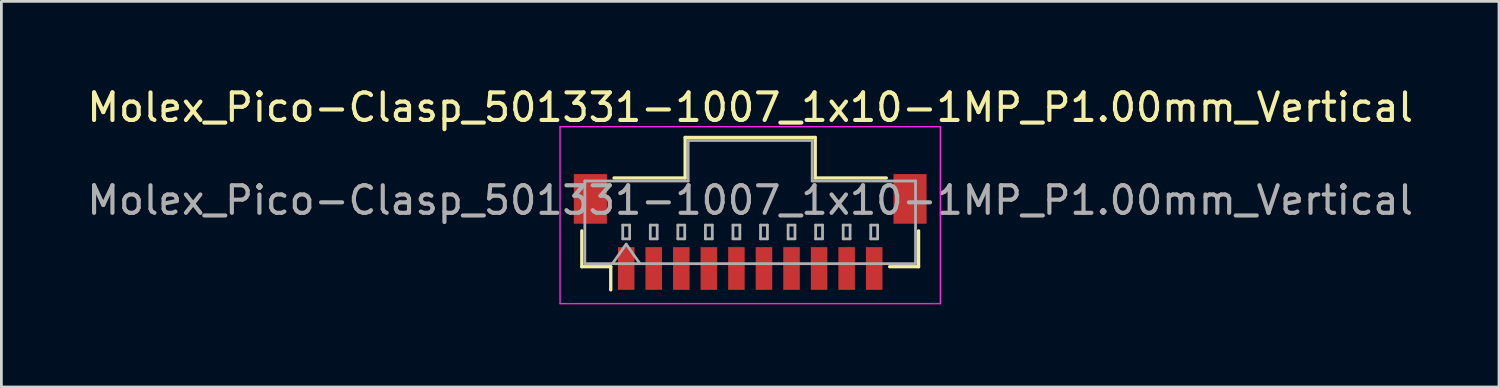
<source format=kicad_pcb>
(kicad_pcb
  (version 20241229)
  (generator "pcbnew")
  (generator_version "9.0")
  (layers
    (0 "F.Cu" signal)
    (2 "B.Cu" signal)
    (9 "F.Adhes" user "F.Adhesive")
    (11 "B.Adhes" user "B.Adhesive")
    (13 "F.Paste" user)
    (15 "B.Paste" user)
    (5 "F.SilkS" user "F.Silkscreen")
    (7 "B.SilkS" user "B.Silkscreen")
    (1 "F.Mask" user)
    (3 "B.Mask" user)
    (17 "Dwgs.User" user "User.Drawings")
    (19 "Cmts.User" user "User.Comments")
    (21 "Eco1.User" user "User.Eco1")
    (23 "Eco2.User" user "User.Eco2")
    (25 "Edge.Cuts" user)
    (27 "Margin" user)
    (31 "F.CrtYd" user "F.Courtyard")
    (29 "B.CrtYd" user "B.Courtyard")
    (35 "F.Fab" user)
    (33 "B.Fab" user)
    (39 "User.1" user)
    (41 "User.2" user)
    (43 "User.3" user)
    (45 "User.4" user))
  (footprint "Molex_Pico-Clasp_501331-1007_1x10-1MP_P1.00mm_Vertical"
    (layer "F.Cu")
    (at 24.173 5.368)
    (property "Reference" "Molex_Pico-Clasp_501331-1007_1x10-1MP_P1.00mm_Vertical" (at 0 -4.52 0) (layer "F.SilkS") (effects (font (size 1 1) (thickness 0.15))))
    (attr smd)
    (fp_line (start -6.11 -0.04) (end -6.11 1.26) (stroke (width 0.12) (type solid)) (layer "F.SilkS"))
    (fp_line (start -6.11 1.26) (end -5.06 1.26) (stroke (width 0.12) (type solid)) (layer "F.SilkS"))
    (fp_line (start -5.06 1.26) (end -5.06 2.1) (stroke (width 0.12) (type solid)) (layer "F.SilkS"))
    (fp_line (start -4.94 -1.96) (end -2.36 -1.96) (stroke (width 0.12) (type solid)) (layer "F.SilkS"))
    (fp_line (start -2.36 -3.43) (end 2.36 -3.43) (stroke (width 0.12) (type solid)) (layer "F.SilkS"))
    (fp_line (start -2.36 -1.96) (end -2.36 -3.43) (stroke (width 0.12) (type solid)) (layer "F.SilkS"))
    (fp_line (start 2.36 -3.43) (end 2.36 -1.96) (stroke (width 0.12) (type solid)) (layer "F.SilkS"))
    (fp_line (start 2.36 -1.96) (end 4.94 -1.96) (stroke (width 0.12) (type solid)) (layer "F.SilkS"))
    (fp_line (start 6.11 -0.04) (end 6.11 1.26) (stroke (width 0.12) (type solid)) (layer "F.SilkS"))
    (fp_line (start 6.11 1.26) (end 5.06 1.26) (stroke (width 0.12) (type solid)) (layer "F.SilkS"))
    (fp_line (start -6.9 -3.82) (end -6.9 2.6) (stroke (width 0.05) (type solid)) (layer "F.CrtYd"))
    (fp_line (start -6.9 2.6) (end 6.9 2.6) (stroke (width 0.05) (type solid)) (layer "F.CrtYd"))
    (fp_line (start 6.9 -3.82) (end -6.9 -3.82) (stroke (width 0.05) (type solid)) (layer "F.CrtYd"))
    (fp_line (start 6.9 2.6) (end 6.9 -3.82) (stroke (width 0.05) (type solid)) (layer "F.CrtYd"))
    (fp_line (start -6 -1.85) (end -2.25 -1.85) (stroke (width 0.1) (type solid)) (layer "F.Fab"))
    (fp_line (start -6 1.15) (end -6 -1.85) (stroke (width 0.1) (type solid)) (layer "F.Fab"))
    (fp_line (start -6 1.15) (end 6 1.15) (stroke (width 0.1) (type solid)) (layer "F.Fab"))
    (fp_line (start -5 1.15) (end -4.5 0.443) (stroke (width 0.1) (type solid)) (layer "F.Fab"))
    (fp_line (start -4.625 -0.25) (end -4.625 0.25) (stroke (width 0.1) (type solid)) (layer "F.Fab"))
    (fp_line (start -4.625 0.25) (end -4.375 0.25) (stroke (width 0.1) (type solid)) (layer "F.Fab"))
    (fp_line (start -4.5 0.443) (end -4 1.15) (stroke (width 0.1) (type solid)) (layer "F.Fab"))
    (fp_line (start -4.375 -0.25) (end -4.625 -0.25) (stroke (width 0.1) (type solid)) (layer "F.Fab"))
    (fp_line (start -4.375 0.25) (end -4.375 -0.25) (stroke (width 0.1) (type solid)) (layer "F.Fab"))
    (fp_line (start -3.625 -0.25) (end -3.625 0.25) (stroke (width 0.1) (type solid)) (layer "F.Fab"))
    (fp_line (start -3.625 0.25) (end -3.375 0.25) (stroke (width 0.1) (type solid)) (layer "F.Fab"))
    (fp_line (start -3.375 -0.25) (end -3.625 -0.25) (stroke (width 0.1) (type solid)) (layer "F.Fab"))
    (fp_line (start -3.375 0.25) (end -3.375 -0.25) (stroke (width 0.1) (type solid)) (layer "F.Fab"))
    (fp_line (start -2.625 -0.25) (end -2.625 0.25) (stroke (width 0.1) (type solid)) (layer "F.Fab"))
    (fp_line (start -2.625 0.25) (end -2.375 0.25) (stroke (width 0.1) (type solid)) (layer "F.Fab"))
    (fp_line (start -2.375 -0.25) (end -2.625 -0.25) (stroke (width 0.1) (type solid)) (layer "F.Fab"))
    (fp_line (start -2.375 0.25) (end -2.375 -0.25) (stroke (width 0.1) (type solid)) (layer "F.Fab"))
    (fp_line (start -2.25 -3.32) (end 2.25 -3.32) (stroke (width 0.1) (type solid)) (layer "F.Fab"))
    (fp_line (start -2.25 -1.85) (end -2.25 -3.32) (stroke (width 0.1) (type solid)) (layer "F.Fab"))
    (fp_line (start -1.625 -0.25) (end -1.625 0.25) (stroke (width 0.1) (type solid)) (layer "F.Fab"))
    (fp_line (start -1.625 0.25) (end -1.375 0.25) (stroke (width 0.1) (type solid)) (layer "F.Fab"))
    (fp_line (start -1.375 -0.25) (end -1.625 -0.25) (stroke (width 0.1) (type solid)) (layer "F.Fab"))
    (fp_line (start -1.375 0.25) (end -1.375 -0.25) (stroke (width 0.1) (type solid)) (layer "F.Fab"))
    (fp_line (start -0.625 -0.25) (end -0.625 0.25) (stroke (width 0.1) (type solid)) (layer "F.Fab"))
    (fp_line (start -0.625 0.25) (end -0.375 0.25) (stroke (width 0.1) (type solid)) (layer "F.Fab"))
    (fp_line (start -0.375 -0.25) (end -0.625 -0.25) (stroke (width 0.1) (type solid)) (layer "F.Fab"))
    (fp_line (start -0.375 0.25) (end -0.375 -0.25) (stroke (width 0.1) (type solid)) (layer "F.Fab"))
    (fp_line (start 0.375 -0.25) (end 0.375 0.25) (stroke (width 0.1) (type solid)) (layer "F.Fab"))
    (fp_line (start 0.375 0.25) (end 0.625 0.25) (stroke (width 0.1) (type solid)) (layer "F.Fab"))
    (fp_line (start 0.625 -0.25) (end 0.375 -0.25) (stroke (width 0.1) (type solid)) (layer "F.Fab"))
    (fp_line (start 0.625 0.25) (end 0.625 -0.25) (stroke (width 0.1) (type solid)) (layer "F.Fab"))
    (fp_line (start 1.375 -0.25) (end 1.375 0.25) (stroke (width 0.1) (type solid)) (layer "F.Fab"))
    (fp_line (start 1.375 0.25) (end 1.625 0.25) (stroke (width 0.1) (type solid)) (layer "F.Fab"))
    (fp_line (start 1.625 -0.25) (end 1.375 -0.25) (stroke (width 0.1) (type solid)) (layer "F.Fab"))
    (fp_line (start 1.625 0.25) (end 1.625 -0.25) (stroke (width 0.1) (type solid)) (layer "F.Fab"))
    (fp_line (start 2.25 -3.32) (end 2.25 -1.85) (stroke (width 0.1) (type solid)) (layer "F.Fab"))
    (fp_line (start 2.25 -1.85) (end 6 -1.85) (stroke (width 0.1) (type solid)) (layer "F.Fab"))
    (fp_line (start 2.375 -0.25) (end 2.375 0.25) (stroke (width 0.1) (type solid)) (layer "F.Fab"))
    (fp_line (start 2.375 0.25) (end 2.625 0.25) (stroke (width 0.1) (type solid)) (layer "F.Fab"))
    (fp_line (start 2.625 -0.25) (end 2.375 -0.25) (stroke (width 0.1) (type solid)) (layer "F.Fab"))
    (fp_line (start 2.625 0.25) (end 2.625 -0.25) (stroke (width 0.1) (type solid)) (layer "F.Fab"))
    (fp_line (start 3.375 -0.25) (end 3.375 0.25) (stroke (width 0.1) (type solid)) (layer "F.Fab"))
    (fp_line (start 3.375 0.25) (end 3.625 0.25) (stroke (width 0.1) (type solid)) (layer "F.Fab"))
    (fp_line (start 3.625 -0.25) (end 3.375 -0.25) (stroke (width 0.1) (type solid)) (layer "F.Fab"))
    (fp_line (start 3.625 0.25) (end 3.625 -0.25) (stroke (width 0.1) (type solid)) (layer "F.Fab"))
    (fp_line (start 4.375 -0.25) (end 4.375 0.25) (stroke (width 0.1) (type solid)) (layer "F.Fab"))
    (fp_line (start 4.375 0.25) (end 4.625 0.25) (stroke (width 0.1) (type solid)) (layer "F.Fab"))
    (fp_line (start 4.625 -0.25) (end 4.375 -0.25) (stroke (width 0.1) (type solid)) (layer "F.Fab"))
    (fp_line (start 4.625 0.25) (end 4.625 -0.25) (stroke (width 0.1) (type solid)) (layer "F.Fab"))
    (fp_line (start 6 1.15) (end 6 -1.85) (stroke (width 0.1) (type solid)) (layer "F.Fab"))
    (fp_text user "${REFERENCE}" (at 0 -1.15 0) (layer "F.Fab") (effects (font (size 1 1) (thickness 0.15))))
    (pad "1" smd rect (at -4.5 1.325) (size 0.6 1.55) (layers "F.Cu" "F.Mask" "F.Paste"))
    (pad "2" smd rect (at -3.5 1.325) (size 0.6 1.55) (layers "F.Cu" "F.Mask" "F.Paste"))
    (pad "3" smd rect (at -2.5 1.325) (size 0.6 1.55) (layers "F.Cu" "F.Mask" "F.Paste"))
    (pad "4" smd rect (at -1.5 1.325) (size 0.6 1.55) (layers "F.Cu" "F.Mask" "F.Paste"))
    (pad "5" smd rect (at -0.5 1.325) (size 0.6 1.55) (layers "F.Cu" "F.Mask" "F.Paste"))
    (pad "6" smd rect (at 0.5 1.325) (size 0.6 1.55) (layers "F.Cu" "F.Mask" "F.Paste"))
    (pad "7" smd rect (at 1.5 1.325) (size 0.6 1.55) (layers "F.Cu" "F.Mask" "F.Paste"))
    (pad "8" smd rect (at 2.5 1.325) (size 0.6 1.55) (layers "F.Cu" "F.Mask" "F.Paste"))
    (pad "9" smd rect (at 3.5 1.325) (size 0.6 1.55) (layers "F.Cu" "F.Mask" "F.Paste"))
    (pad "10" smd rect (at 4.5 1.325) (size 0.6 1.55) (layers "F.Cu" "F.Mask" "F.Paste"))
    (pad "MP" smd rect (at -5.8 -1.2) (size 1.2 1.8) (layers "F.Cu" "F.Mask" "F.Paste"))
    (pad "MP" smd rect (at 5.8 -1.2) (size 1.2 1.8) (layers "F.Cu" "F.Mask" "F.Paste")))
  (gr_rect
    (start -3 -3)
    (end 51.345 10.993)
    (stroke (width 0.1) (type default))
    (fill no)
    (layer "Edge.Cuts")))
</source>
